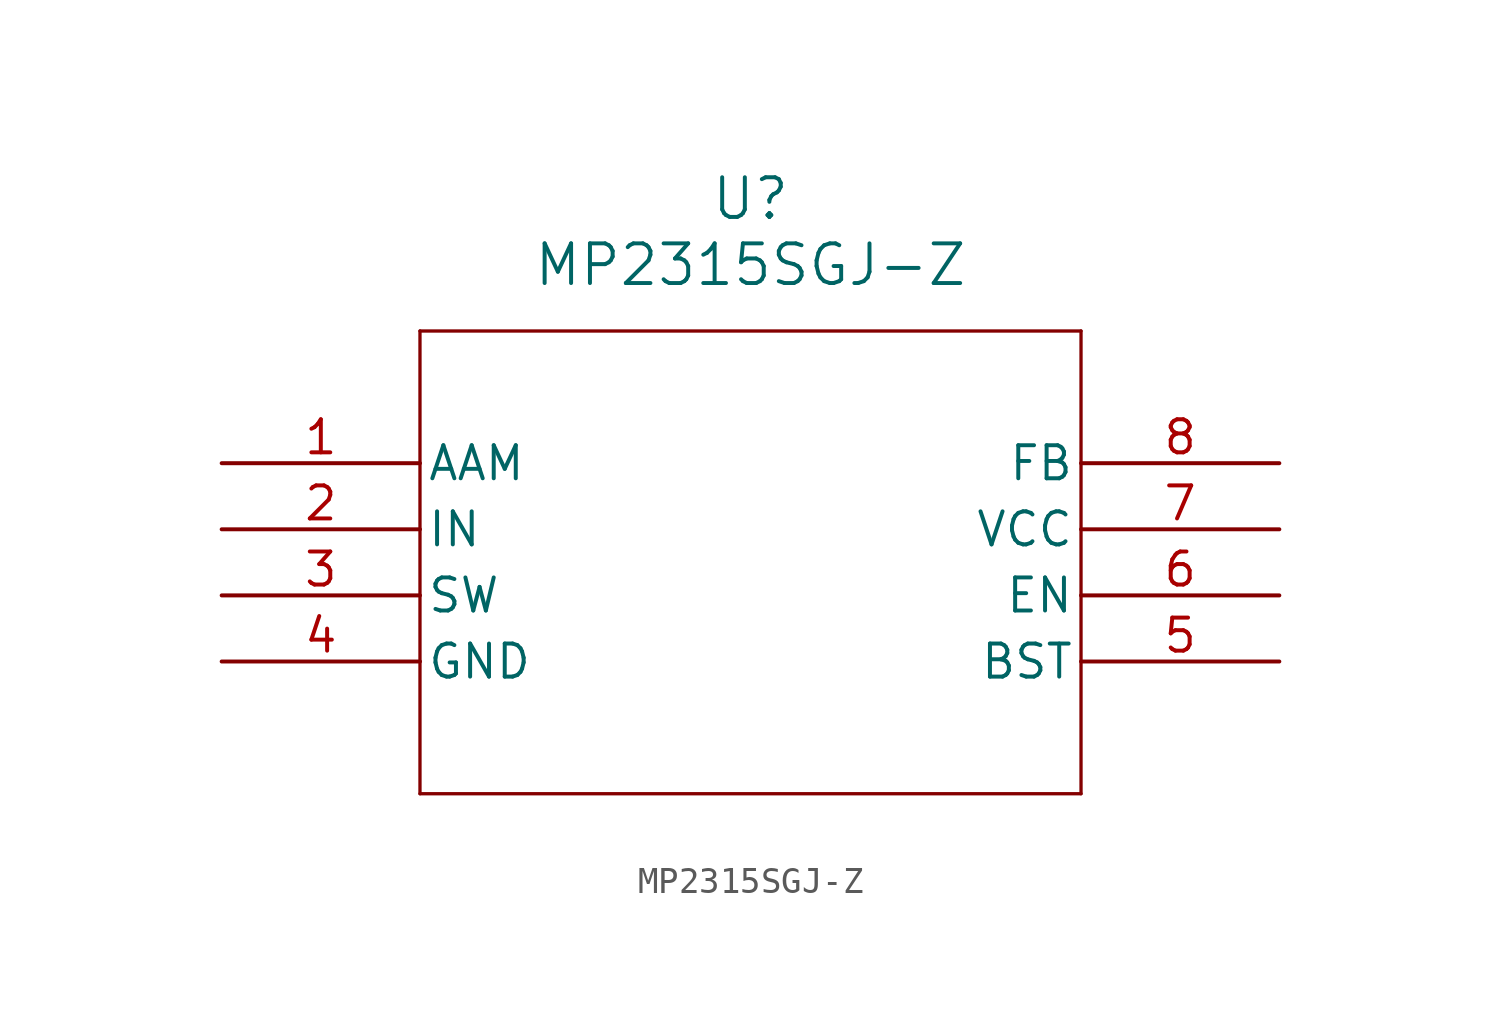
<source format=kicad_sym>
(kicad_symbol_lib
  (version 20231120)
  (generator "kicad_symbol_editor")
  (generator_version "8.0")
  (symbol "MP2315SGJ-Z"
    (pin_names
      (offset 0.254))
    (property "Reference" "U"
      (at 20.32 10.16 0)
      (effects (font (size 1.524 1.524))))
    (property "Value" "MP2315SGJ-Z"
      (at 20.32 7.62 0)
      (effects (font (size 1.524 1.524))))
    (property "ki_locked" ""
      (at 0 0 0)
      (effects (font (size 1.27 1.27))))
    (symbol "MP2315SGJ-Z_0_1"
      (polyline (pts (xy 7.62 -12.7) (xy 33.02 -12.7)) (stroke (width 0.127) (type default)) (fill (type none)))
      (polyline (pts (xy 7.62 5.08) (xy 7.62 -12.7)) (stroke (width 0.127) (type default)) (fill (type none)))
      (polyline (pts (xy 33.02 -12.7) (xy 33.02 5.08)) (stroke (width 0.127) (type default)) (fill (type none)))
      (polyline (pts (xy 33.02 5.08) (xy 7.62 5.08)) (stroke (width 0.127) (type default)) (fill (type none)))
      (pin unspecified line (at 0 0 0) (length 7.62) (name "AAM" (effects (font (size 1.27 1.27)))) (number "1" (effects (font (size 1.27 1.27)))))
      (pin power_in line (at 0 -2.54 0) (length 7.62) (name "IN" (effects (font (size 1.27 1.27)))) (number "2" (effects (font (size 1.27 1.27)))))
      (pin output line (at 0 -5.08 0) (length 7.62) (name "SW" (effects (font (size 1.27 1.27)))) (number "3" (effects (font (size 1.27 1.27)))))
      (pin power_in line (at 0 -7.62 0) (length 7.62) (name "GND" (effects (font (size 1.27 1.27)))) (number "4" (effects (font (size 1.27 1.27)))))
      (pin power_in line (at 40.64 -7.62 180) (length 7.62) (name "BST" (effects (font (size 1.27 1.27)))) (number "5" (effects (font (size 1.27 1.27)))))
      (pin unspecified line (at 40.64 -5.08 180) (length 7.62) (name "EN" (effects (font (size 1.27 1.27)))) (number "6" (effects (font (size 1.27 1.27)))))
      (pin power_in line (at 40.64 -2.54 180) (length 7.62) (name "VCC" (effects (font (size 1.27 1.27)))) (number "7" (effects (font (size 1.27 1.27)))))
      (pin unspecified line (at 40.64 0 180) (length 7.62) (name "FB" (effects (font (size 1.27 1.27)))) (number "8" (effects (font (size 1.27 1.27))))))))
</source>
